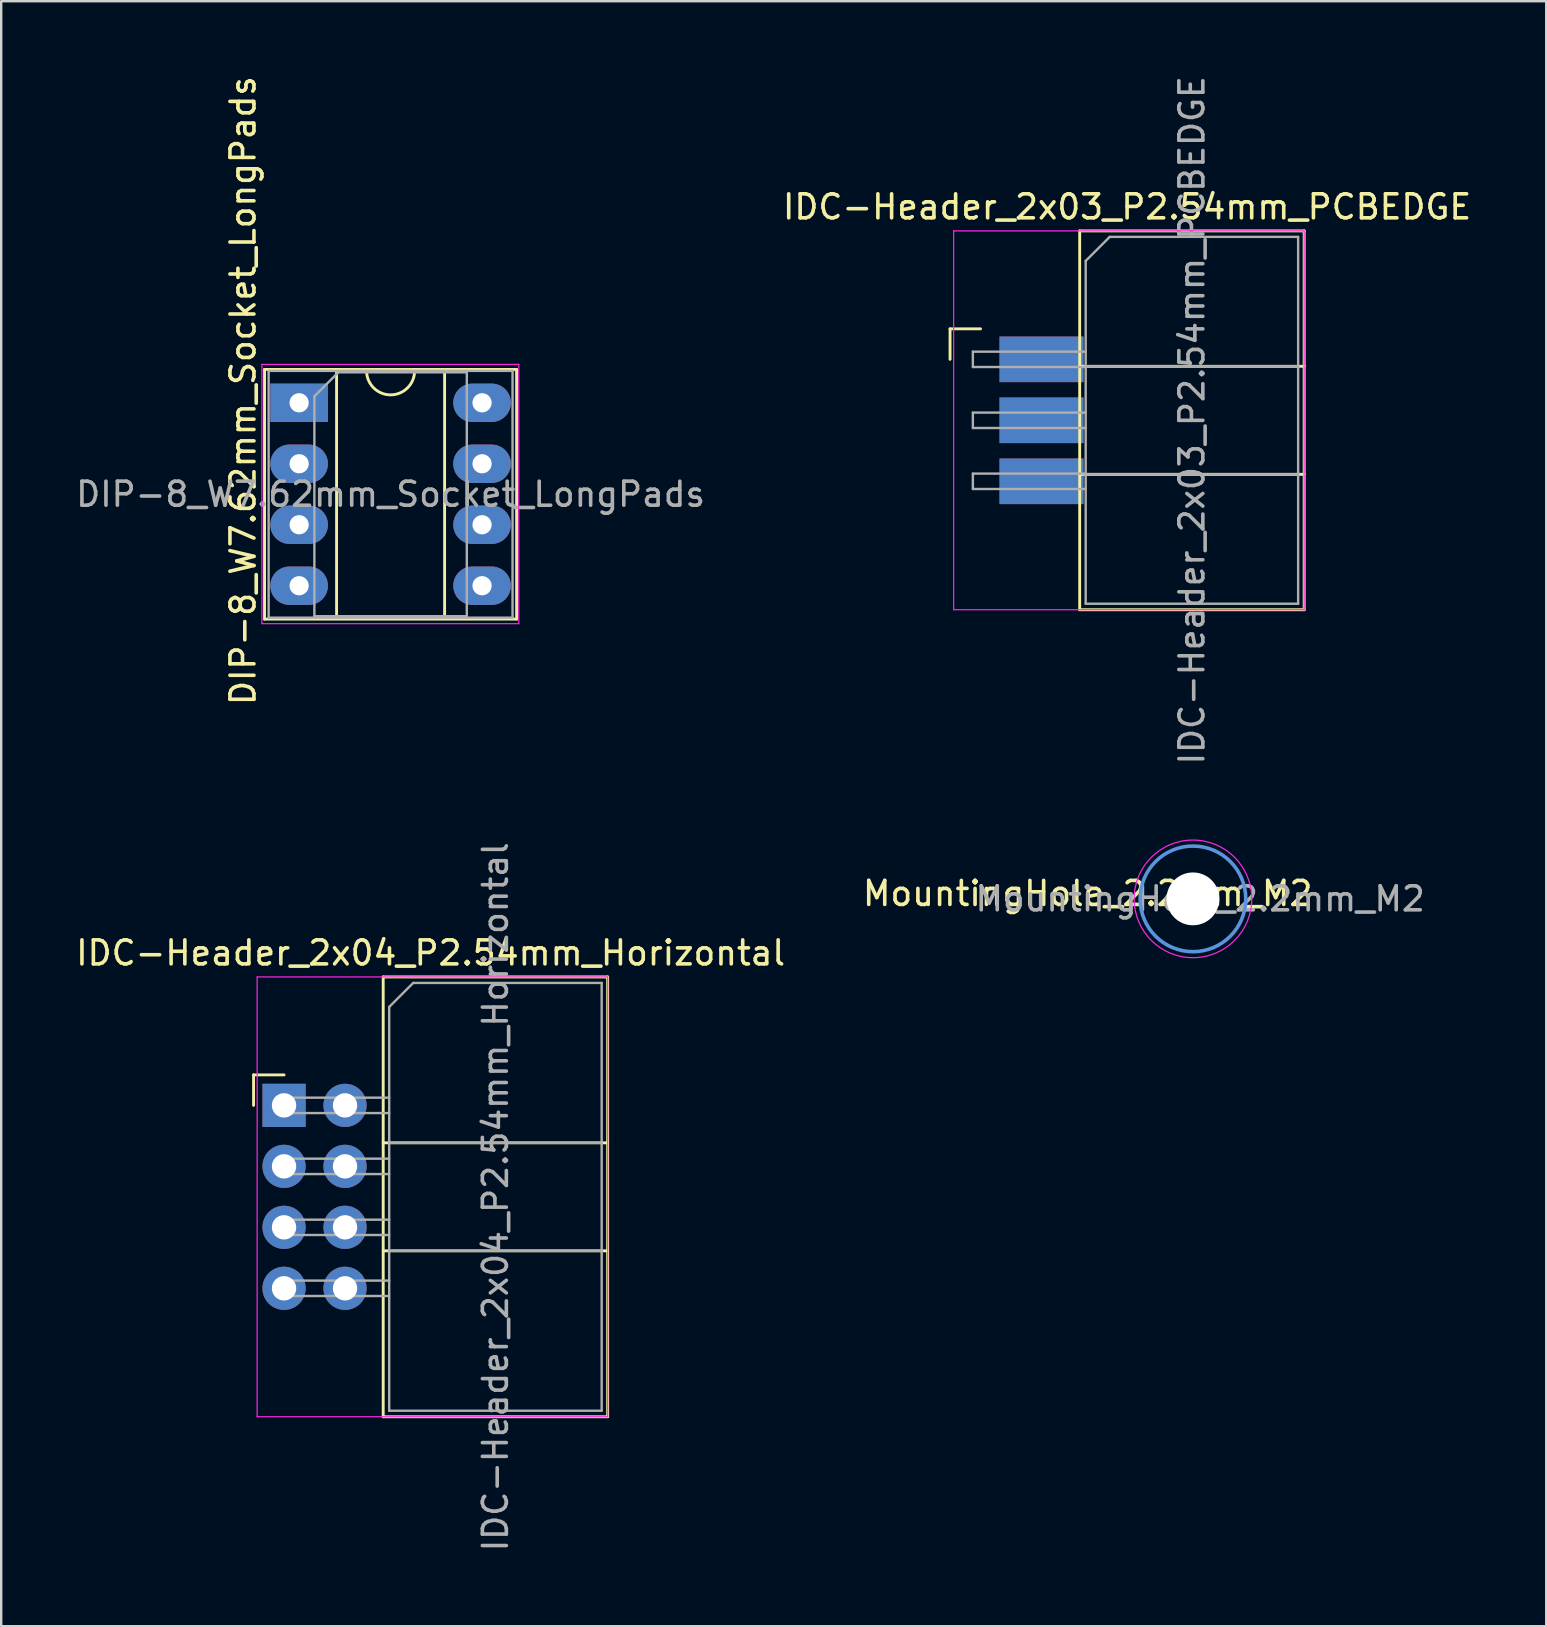
<source format=kicad_pcb>
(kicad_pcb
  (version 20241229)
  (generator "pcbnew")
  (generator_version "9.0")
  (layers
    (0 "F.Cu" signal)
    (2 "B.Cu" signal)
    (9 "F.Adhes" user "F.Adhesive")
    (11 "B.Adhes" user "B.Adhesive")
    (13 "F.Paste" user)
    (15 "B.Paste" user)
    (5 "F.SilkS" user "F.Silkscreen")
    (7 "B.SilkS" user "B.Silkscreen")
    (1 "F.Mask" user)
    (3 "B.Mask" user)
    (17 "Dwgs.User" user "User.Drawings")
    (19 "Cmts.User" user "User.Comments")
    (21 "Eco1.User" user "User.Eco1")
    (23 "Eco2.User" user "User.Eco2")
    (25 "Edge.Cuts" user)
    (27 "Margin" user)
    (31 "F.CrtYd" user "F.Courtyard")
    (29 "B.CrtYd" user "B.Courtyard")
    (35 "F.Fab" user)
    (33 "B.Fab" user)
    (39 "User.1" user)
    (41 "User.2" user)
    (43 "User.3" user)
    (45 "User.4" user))
  (footprint "MountingHole_2.2mm_M2"
    (layer "F.Cu")
    (at 46.642 34.392)
    (property "Reference" "MountingHole_2.2mm_M2" (at -4.386 -0.224 0) (layer "F.SilkS") (effects (font (size 1 1) (thickness 0.15))))
    (attr exclude_from_pos_files exclude_from_bom)
    (fp_circle (center 0 0) (end 2.2 0) (stroke (width 0.15) (type solid)) (fill no) (layer "Cmts.User"))
    (fp_circle (center 0 0) (end 2.45 0) (stroke (width 0.05) (type solid)) (fill no) (layer "F.CrtYd"))
    (fp_text user "${REFERENCE}" (at 0.3 0 0) (layer "F.Fab") (effects (font (size 1 1) (thickness 0.15))))
    (pad "" np_thru_hole circle (at 0 0) (size 2.2 2.2) (drill 2.2) (layers "*.Cu" "*.Mask")))
  (footprint "IDC-Header_2x04_P2.54mm_Horizontal"
    (layer "F.Cu")
    (at 8.782 42.994)
    (property "Reference" "IDC-Header_2x04_P2.54mm_Horizontal" (at 6.105 -6.35 0) (layer "F.SilkS") (effects (font (size 1 1) (thickness 0.15))))
    (attr through_hole)
    (fp_line (start -1.27 -1.27) (end -1.27 0) (stroke (width 0.12) (type solid)) (layer "F.SilkS"))
    (fp_line (start 0 -1.27) (end -1.27 -1.27) (stroke (width 0.12) (type solid)) (layer "F.SilkS"))
    (fp_line (start 4.13 -5.35) (end 13.48 -5.35) (stroke (width 0.12) (type solid)) (layer "F.SilkS"))
    (fp_line (start 4.13 1.56) (end 13.48 1.56) (stroke (width 0.12) (type solid)) (layer "F.SilkS"))
    (fp_line (start 4.13 6.06) (end 13.48 6.06) (stroke (width 0.12) (type solid)) (layer "F.SilkS"))
    (fp_line (start 4.13 12.97) (end 4.13 -5.35) (stroke (width 0.12) (type solid)) (layer "F.SilkS"))
    (fp_line (start 4.13 12.97) (end 13.48 12.97) (stroke (width 0.12) (type solid)) (layer "F.SilkS"))
    (fp_line (start 13.48 -5.35) (end 13.48 12.97) (stroke (width 0.12) (type solid)) (layer "F.SilkS"))
    (fp_line (start -1.12 -5.35) (end 13.48 -5.35) (stroke (width 0.05) (type solid)) (layer "F.CrtYd"))
    (fp_line (start -1.12 12.97) (end -1.12 -5.35) (stroke (width 0.05) (type solid)) (layer "F.CrtYd"))
    (fp_line (start 13.48 -5.35) (end 13.48 12.97) (stroke (width 0.05) (type solid)) (layer "F.CrtYd"))
    (fp_line (start 13.48 12.97) (end -1.12 12.97) (stroke (width 0.05) (type solid)) (layer "F.CrtYd"))
    (fp_line (start -0.32 -0.32) (end -0.32 0.32) (stroke (width 0.1) (type solid)) (layer "F.Fab"))
    (fp_line (start -0.32 0.32) (end 4.38 0.32) (stroke (width 0.1) (type solid)) (layer "F.Fab"))
    (fp_line (start -0.32 2.22) (end -0.32 2.86) (stroke (width 0.1) (type solid)) (layer "F.Fab"))
    (fp_line (start -0.32 2.86) (end 4.38 2.86) (stroke (width 0.1) (type solid)) (layer "F.Fab"))
    (fp_line (start -0.32 4.76) (end -0.32 5.4) (stroke (width 0.1) (type solid)) (layer "F.Fab"))
    (fp_line (start -0.32 5.4) (end 4.38 5.4) (stroke (width 0.1) (type solid)) (layer "F.Fab"))
    (fp_line (start -0.32 7.3) (end -0.32 7.94) (stroke (width 0.1) (type solid)) (layer "F.Fab"))
    (fp_line (start -0.32 7.94) (end 4.38 7.94) (stroke (width 0.1) (type solid)) (layer "F.Fab"))
    (fp_line (start 4.38 -4.1) (end 5.38 -5.1) (stroke (width 0.1) (type solid)) (layer "F.Fab"))
    (fp_line (start 4.38 -0.32) (end -0.32 -0.32) (stroke (width 0.1) (type solid)) (layer "F.Fab"))
    (fp_line (start 4.38 1.56) (end 13.23 1.56) (stroke (width 0.1) (type solid)) (layer "F.Fab"))
    (fp_line (start 4.38 2.22) (end -0.32 2.22) (stroke (width 0.1) (type solid)) (layer "F.Fab"))
    (fp_line (start 4.38 4.76) (end -0.32 4.76) (stroke (width 0.1) (type solid)) (layer "F.Fab"))
    (fp_line (start 4.38 6.06) (end 13.23 6.06) (stroke (width 0.1) (type solid)) (layer "F.Fab"))
    (fp_line (start 4.38 7.3) (end -0.32 7.3) (stroke (width 0.1) (type solid)) (layer "F.Fab"))
    (fp_line (start 4.38 12.72) (end 4.38 -4.1) (stroke (width 0.1) (type solid)) (layer "F.Fab"))
    (fp_line (start 4.38 12.72) (end 13.23 12.72) (stroke (width 0.1) (type solid)) (layer "F.Fab"))
    (fp_line (start 5.38 -5.1) (end 13.23 -5.1) (stroke (width 0.1) (type solid)) (layer "F.Fab"))
    (fp_line (start 13.23 12.72) (end 13.23 -5.1) (stroke (width 0.1) (type solid)) (layer "F.Fab"))
    (fp_text user "${REFERENCE}" (at 8.805 3.81 90) (layer "F.Fab") (effects (font (size 1 1) (thickness 0.15))))
    (pad "1" thru_hole rect (at 0 0) (size 1.8 1.8) (drill 1.016) (layers "*.Cu" "*.Mask"))
    (pad "2" thru_hole oval (at 2.54 0) (size 1.8 1.8) (drill 1.016) (layers "*.Cu" "*.Mask"))
    (pad "3" thru_hole oval (at 0 2.54) (size 1.8 1.8) (drill 1.016) (layers "*.Cu" "*.Mask"))
    (pad "4" thru_hole oval (at 2.54 2.54) (size 1.8 1.8) (drill 1.016) (layers "*.Cu" "*.Mask"))
    (pad "5" thru_hole oval (at 0 5.08) (size 1.8 1.8) (drill 1.016) (layers "*.Cu" "*.Mask"))
    (pad "6" thru_hole oval (at 2.54 5.08) (size 1.8 1.8) (drill 1.016) (layers "*.Cu" "*.Mask"))
    (pad "7" thru_hole oval (at 0 7.62) (size 1.8 1.8) (drill 1.016) (layers "*.Cu" "*.Mask"))
    (pad "8" thru_hole oval (at 2.54 7.62) (size 1.8 1.8) (drill 1.016) (layers "*.Cu" "*.Mask")))
  (footprint "IDC-Header_2x03_P2.54mm_PCBEDGE"
    (layer "F.Cu")
    (at 37.794 11.918)
    (property "Reference" "IDC-Header_2x03_P2.54mm_PCBEDGE" (at 6.105 -6.35 0) (layer "F.SilkS") (effects (font (size 1 1) (thickness 0.15))))
    (attr through_hole)
    (fp_line (start -1.27 -1.27) (end -1.27 0) (stroke (width 0.12) (type solid)) (layer "F.SilkS"))
    (fp_line (start 0 -1.27) (end -1.27 -1.27) (stroke (width 0.12) (type solid)) (layer "F.SilkS"))
    (fp_line (start 4.13 -5.35) (end 13.48 -5.35) (stroke (width 0.12) (type solid)) (layer "F.SilkS"))
    (fp_line (start 4.13 0.29) (end 13.48 0.29) (stroke (width 0.12) (type solid)) (layer "F.SilkS"))
    (fp_line (start 4.13 4.79) (end 13.48 4.79) (stroke (width 0.12) (type solid)) (layer "F.SilkS"))
    (fp_line (start 4.13 10.43) (end 4.13 -5.35) (stroke (width 0.12) (type solid)) (layer "F.SilkS"))
    (fp_line (start 4.13 10.43) (end 13.48 10.43) (stroke (width 0.12) (type solid)) (layer "F.SilkS"))
    (fp_line (start 13.48 -5.35) (end 13.48 10.43) (stroke (width 0.12) (type solid)) (layer "F.SilkS"))
    (fp_line (start -1.12 -5.35) (end 13.48 -5.35) (stroke (width 0.05) (type solid)) (layer "F.CrtYd"))
    (fp_line (start -1.12 10.43) (end -1.12 -5.35) (stroke (width 0.05) (type solid)) (layer "F.CrtYd"))
    (fp_line (start 13.48 -5.35) (end 13.48 10.43) (stroke (width 0.05) (type solid)) (layer "F.CrtYd"))
    (fp_line (start 13.48 10.43) (end -1.12 10.43) (stroke (width 0.05) (type solid)) (layer "F.CrtYd"))
    (fp_line (start -0.32 -0.32) (end -0.32 0.32) (stroke (width 0.1) (type solid)) (layer "F.Fab"))
    (fp_line (start -0.32 0.32) (end 4.38 0.32) (stroke (width 0.1) (type solid)) (layer "F.Fab"))
    (fp_line (start -0.32 2.22) (end -0.32 2.86) (stroke (width 0.1) (type solid)) (layer "F.Fab"))
    (fp_line (start -0.32 2.86) (end 4.38 2.86) (stroke (width 0.1) (type solid)) (layer "F.Fab"))
    (fp_line (start -0.32 4.76) (end -0.32 5.4) (stroke (width 0.1) (type solid)) (layer "F.Fab"))
    (fp_line (start -0.32 5.4) (end 4.38 5.4) (stroke (width 0.1) (type solid)) (layer "F.Fab"))
    (fp_line (start 4.38 -4.1) (end 5.38 -5.1) (stroke (width 0.1) (type solid)) (layer "F.Fab"))
    (fp_line (start 4.38 -0.32) (end -0.32 -0.32) (stroke (width 0.1) (type solid)) (layer "F.Fab"))
    (fp_line (start 4.38 0.29) (end 13.23 0.29) (stroke (width 0.1) (type solid)) (layer "F.Fab"))
    (fp_line (start 4.38 2.22) (end -0.32 2.22) (stroke (width 0.1) (type solid)) (layer "F.Fab"))
    (fp_line (start 4.38 4.76) (end -0.32 4.76) (stroke (width 0.1) (type solid)) (layer "F.Fab"))
    (fp_line (start 4.38 4.79) (end 13.23 4.79) (stroke (width 0.1) (type solid)) (layer "F.Fab"))
    (fp_line (start 4.38 10.18) (end 4.38 -4.1) (stroke (width 0.1) (type solid)) (layer "F.Fab"))
    (fp_line (start 4.38 10.18) (end 13.23 10.18) (stroke (width 0.1) (type solid)) (layer "F.Fab"))
    (fp_line (start 5.38 -5.1) (end 13.23 -5.1) (stroke (width 0.1) (type solid)) (layer "F.Fab"))
    (fp_line (start 13.23 10.18) (end 13.23 -5.1) (stroke (width 0.1) (type solid)) (layer "F.Fab"))
    (fp_text user "${REFERENCE}" (at 8.805 2.54 90) (layer "F.Fab") (effects (font (size 1 1) (thickness 0.15))))
    (pad "1" smd rect (at 2.54 0) (size 3.5 1.9) (layers "F.Mask" "B.Cu" "F.Paste"))
    (pad "2" smd rect (at 2.54 0) (size 3.5 1.9) (layers "F.Cu" "F.Mask" "F.Paste"))
    (pad "3" smd rect (at 2.54 2.54) (size 3.5 1.9) (layers "F.Mask" "B.Cu" "F.Paste"))
    (pad "4" smd rect (at 2.54 2.54) (size 3.5 1.9) (layers "F.Cu" "F.Mask" "F.Paste"))
    (pad "5" smd rect (at 2.54 5.08) (size 3.5 1.9) (layers "F.Mask" "B.Cu" "F.Paste"))
    (pad "6" smd rect (at 2.54 5.08) (size 3.5 1.9) (layers "F.Cu" "F.Mask" "F.Paste")))
  (footprint "DIP-8_W7.62mm_Socket_LongPads"
    (layer "F.Cu")
    (at 9.41 13.728)
    (property "Reference" "DIP-8_W7.62mm_Socket_LongPads" (at -2.337 -0.508 270) (layer "F.SilkS") (effects (font (size 1 1) (thickness 0.15))))
    (attr through_hole)
    (fp_line (start -1.44 -1.39) (end -1.44 9.01) (stroke (width 0.12) (type solid)) (layer "F.SilkS"))
    (fp_line (start -1.44 9.01) (end 9.06 9.01) (stroke (width 0.12) (type solid)) (layer "F.SilkS"))
    (fp_line (start 1.56 -1.33) (end 1.56 8.95) (stroke (width 0.12) (type solid)) (layer "F.SilkS"))
    (fp_line (start 1.56 8.95) (end 6.06 8.95) (stroke (width 0.12) (type solid)) (layer "F.SilkS"))
    (fp_line (start 2.81 -1.33) (end 1.56 -1.33) (stroke (width 0.12) (type solid)) (layer "F.SilkS"))
    (fp_line (start 6.06 -1.33) (end 4.81 -1.33) (stroke (width 0.12) (type solid)) (layer "F.SilkS"))
    (fp_line (start 6.06 8.95) (end 6.06 -1.33) (stroke (width 0.12) (type solid)) (layer "F.SilkS"))
    (fp_line (start 9.06 -1.39) (end -1.44 -1.39) (stroke (width 0.12) (type solid)) (layer "F.SilkS"))
    (fp_line (start 9.06 9.01) (end 9.06 -1.39) (stroke (width 0.12) (type solid)) (layer "F.SilkS"))
    (fp_arc (start 4.81 -1.33) (mid 3.81 -0.33) (end 2.81 -1.33) (stroke (width 0.12) (type solid)) (layer "F.SilkS"))
    (fp_line (start -1.55 -1.6) (end -1.55 9.2) (stroke (width 0.05) (type solid)) (layer "F.CrtYd"))
    (fp_line (start -1.55 9.2) (end 9.15 9.2) (stroke (width 0.05) (type solid)) (layer "F.CrtYd"))
    (fp_line (start 9.15 -1.6) (end -1.55 -1.6) (stroke (width 0.05) (type solid)) (layer "F.CrtYd"))
    (fp_line (start 9.15 9.2) (end 9.15 -1.6) (stroke (width 0.05) (type solid)) (layer "F.CrtYd"))
    (fp_line (start -1.27 -1.33) (end -1.27 8.95) (stroke (width 0.1) (type solid)) (layer "F.Fab"))
    (fp_line (start -1.27 8.95) (end 8.89 8.95) (stroke (width 0.1) (type solid)) (layer "F.Fab"))
    (fp_line (start 0.635 -0.27) (end 1.635 -1.27) (stroke (width 0.1) (type solid)) (layer "F.Fab"))
    (fp_line (start 0.635 8.89) (end 0.635 -0.27) (stroke (width 0.1) (type solid)) (layer "F.Fab"))
    (fp_line (start 1.635 -1.27) (end 6.985 -1.27) (stroke (width 0.1) (type solid)) (layer "F.Fab"))
    (fp_line (start 6.985 -1.27) (end 6.985 8.89) (stroke (width 0.1) (type solid)) (layer "F.Fab"))
    (fp_line (start 6.985 8.89) (end 0.635 8.89) (stroke (width 0.1) (type solid)) (layer "F.Fab"))
    (fp_line (start 8.89 -1.33) (end -1.27 -1.33) (stroke (width 0.1) (type solid)) (layer "F.Fab"))
    (fp_line (start 8.89 8.95) (end 8.89 -1.33) (stroke (width 0.1) (type solid)) (layer "F.Fab"))
    (fp_text user "${REFERENCE}" (at 3.81 3.81 0) (layer "F.Fab") (effects (font (size 1 1) (thickness 0.15))))
    (pad "1" thru_hole rect (at 0 0) (size 2.4 1.6) (drill 0.8) (layers "*.Cu" "*.Mask"))
    (pad "2" thru_hole oval (at 0 2.54) (size 2.4 1.6) (drill 0.8) (layers "*.Cu" "*.Mask"))
    (pad "3" thru_hole oval (at 0 5.08) (size 2.4 1.6) (drill 0.8) (layers "*.Cu" "*.Mask"))
    (pad "4" thru_hole oval (at 0 7.62) (size 2.4 1.6) (drill 0.8) (layers "*.Cu" "*.Mask"))
    (pad "5" thru_hole oval (at 7.62 7.62) (size 2.4 1.6) (drill 0.8) (layers "*.Cu" "*.Mask"))
    (pad "6" thru_hole oval (at 7.62 5.08) (size 2.4 1.6) (drill 0.8) (layers "*.Cu" "*.Mask"))
    (pad "7" thru_hole oval (at 7.62 2.54) (size 2.4 1.6) (drill 0.8) (layers "*.Cu" "*.Mask"))
    (pad "8" thru_hole oval (at 7.62 0) (size 2.4 1.6) (drill 0.8) (layers "*.Cu" "*.Mask")))
  (gr_rect
    (start -3 -3)
    (end 61.357 64.69)
    (stroke (width 0.1) (type default))
    (fill no)
    (layer "Edge.Cuts")))
</source>
